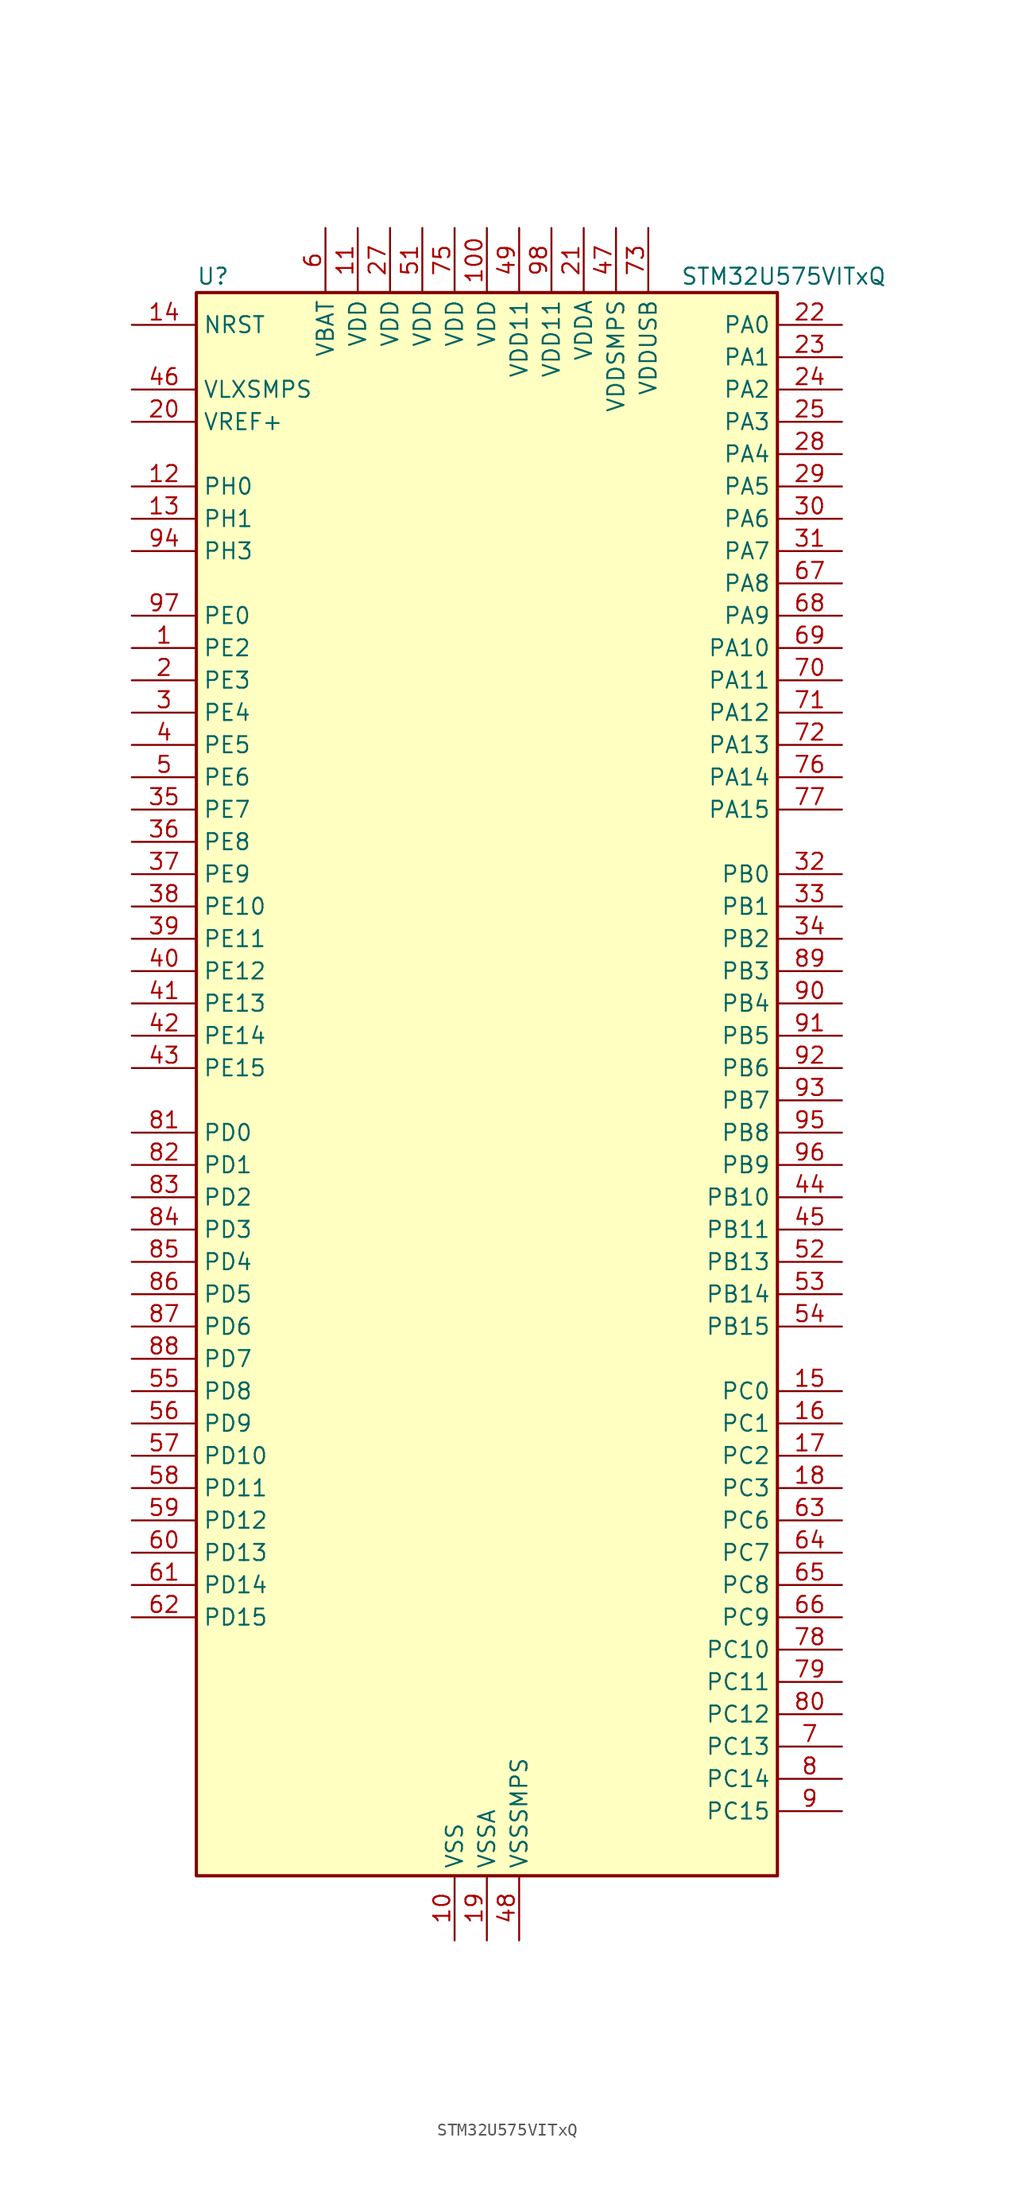
<source format=kicad_sym>
(kicad_symbol_lib
  (version 20211014)
  (generator kicad-library-utils)
  (symbol "STM32U575VITxQ"
    (property "Reference" "U"
      (at -22.86 64.77 0)
      (effects (font (size 1.27 1.27)) (justify left)))
    (property "Value" "STM32U575VITxQ"
      (at 15.24 64.77 0)
      (effects (font (size 1.27 1.27)) (justify left)))
    (property "ki_fp_filters" "LQFP*14x14mm*P0.5mm*"
      (at 0.0 0.0 0.0)
      (effects (font (size 1.27 1.27))))
    (symbol "STM32U575VITxQ_0_1"
      (rectangle (start -22.86 -60.96) (end 22.86 63.5) (stroke (width 0.254)) (fill (type background))))
    (symbol "STM32U575VITxQ_1_1"
      (pin input line (at -27.94 60.96 0) (length 5.08) (name "NRST" (effects (font (size 1.27 1.27)))) (number "14" (effects (font (size 1.27 1.27)))))
      (pin power_in line (at -27.94 55.88 0) (length 5.08) (name "VLXSMPS" (effects (font (size 1.27 1.27)))) (number "46" (effects (font (size 1.27 1.27)))))
      (pin input line (at -27.94 53.34 0) (length 5.08) (name "VREF+" (effects (font (size 1.27 1.27)))) (number "20" (effects (font (size 1.27 1.27)))) (alternate "VREFBUF_OUT" bidirectional line))
      (pin bidirectional line (at -27.94 48.26 0) (length 5.08) (name "PH0" (effects (font (size 1.27 1.27)))) (number "12" (effects (font (size 1.27 1.27)))) (alternate "RCC_OSC_IN" bidirectional line))
      (pin bidirectional line (at -27.94 45.72 0) (length 5.08) (name "PH1" (effects (font (size 1.27 1.27)))) (number "13" (effects (font (size 1.27 1.27)))) (alternate "RCC_OSC_OUT" bidirectional line))
      (pin bidirectional line (at -27.94 43.18 0) (length 5.08) (name "PH3" (effects (font (size 1.27 1.27)))) (number "94" (effects (font (size 1.27 1.27)))))
      (pin bidirectional line (at -27.94 38.1 0) (length 5.08) (name "PE0" (effects (font (size 1.27 1.27)))) (number "97" (effects (font (size 1.27 1.27)))) (alternate "DCMI_D2" bidirectional line) (alternate "FMC_NBL0" bidirectional line) (alternate "PSSI_D2" bidirectional line) (alternate "TIM16_CH1" bidirectional line) (alternate "TIM4_ETR" bidirectional line))
      (pin bidirectional line (at -27.94 35.56 0) (length 5.08) (name "PE2" (effects (font (size 1.27 1.27)))) (number "1" (effects (font (size 1.27 1.27)))) (alternate "DEBUG_TRACECLK" bidirectional line) (alternate "FMC_A23" bidirectional line) (alternate "SAI1_CK1" bidirectional line) (alternate "SAI1_MCLK_A" bidirectional line) (alternate "TIM3_ETR" bidirectional line) (alternate "TSC_G7_IO1" bidirectional line))
      (pin bidirectional line (at -27.94 33.02 0) (length 5.08) (name "PE3" (effects (font (size 1.27 1.27)))) (number "2" (effects (font (size 1.27 1.27)))) (alternate "DEBUG_TRACED0" bidirectional line) (alternate "FMC_A19" bidirectional line) (alternate "OCTOSPIM_P1_DQS" bidirectional line) (alternate "SAI1_SD_B" bidirectional line) (alternate "TAMP_IN6" bidirectional line) (alternate "TAMP_OUT3" bidirectional line) (alternate "TIM3_CH1" bidirectional line) (alternate "TSC_G7_IO2" bidirectional line))
      (pin bidirectional line (at -27.94 30.48 0) (length 5.08) (name "PE4" (effects (font (size 1.27 1.27)))) (number "3" (effects (font (size 1.27 1.27)))) (alternate "DCMI_D4" bidirectional line) (alternate "DEBUG_TRACED1" bidirectional line) (alternate "FMC_A20" bidirectional line) (alternate "MDF1_SDI3" bidirectional line) (alternate "PSSI_D4" bidirectional line) (alternate "PWR_WKUP1" bidirectional line) (alternate "SAI1_D2" bidirectional line) (alternate "SAI1_FS_A" bidirectional line) (alternate "TAMP_IN7" bidirectional line) (alternate "TAMP_OUT8" bidirectional line) (alternate "TIM3_CH2" bidirectional line) (alternate "TSC_G7_IO3" bidirectional line))
      (pin bidirectional line (at -27.94 27.94 0) (length 5.08) (name "PE5" (effects (font (size 1.27 1.27)))) (number "4" (effects (font (size 1.27 1.27)))) (alternate "DCMI_D6" bidirectional line) (alternate "DEBUG_TRACED2" bidirectional line) (alternate "FMC_A21" bidirectional line) (alternate "MDF1_CKI3" bidirectional line) (alternate "PSSI_D6" bidirectional line) (alternate "PWR_WKUP2" bidirectional line) (alternate "SAI1_CK2" bidirectional line) (alternate "SAI1_SCK_A" bidirectional line) (alternate "TAMP_IN8" bidirectional line) (alternate "TAMP_OUT7" bidirectional line) (alternate "TIM3_CH3" bidirectional line) (alternate "TSC_G7_IO4" bidirectional line))
      (pin bidirectional line (at -27.94 25.4 0) (length 5.08) (name "PE6" (effects (font (size 1.27 1.27)))) (number "5" (effects (font (size 1.27 1.27)))) (alternate "DCMI_D7" bidirectional line) (alternate "DEBUG_TRACED3" bidirectional line) (alternate "FMC_A22" bidirectional line) (alternate "PSSI_D7" bidirectional line) (alternate "PWR_WKUP3" bidirectional line) (alternate "SAI1_D1" bidirectional line) (alternate "SAI1_SD_A" bidirectional line) (alternate "TAMP_IN3" bidirectional line) (alternate "TAMP_OUT6" bidirectional line) (alternate "TIM3_CH4" bidirectional line))
      (pin bidirectional line (at -27.94 22.86 0) (length 5.08) (name "PE7" (effects (font (size 1.27 1.27)))) (number "35" (effects (font (size 1.27 1.27)))) (alternate "FMC_D4" bidirectional line) (alternate "FMC_DA4" bidirectional line) (alternate "MDF1_SDI2" bidirectional line) (alternate "PWR_WKUP6" bidirectional line) (alternate "SAI1_SD_B" bidirectional line) (alternate "TIM1_ETR" bidirectional line))
      (pin bidirectional line (at -27.94 20.32 0) (length 5.08) (name "PE8" (effects (font (size 1.27 1.27)))) (number "36" (effects (font (size 1.27 1.27)))) (alternate "FMC_D5" bidirectional line) (alternate "FMC_DA5" bidirectional line) (alternate "MDF1_CKI2" bidirectional line) (alternate "PWR_WKUP7" bidirectional line) (alternate "SAI1_SCK_B" bidirectional line) (alternate "TIM1_CH1N" bidirectional line))
      (pin bidirectional line (at -27.94 17.78 0) (length 5.08) (name "PE9" (effects (font (size 1.27 1.27)))) (number "37" (effects (font (size 1.27 1.27)))) (alternate "ADF1_CCK0" bidirectional line) (alternate "DAC1_EXTI9" bidirectional line) (alternate "FMC_D6" bidirectional line) (alternate "FMC_DA6" bidirectional line) (alternate "MDF1_CCK0" bidirectional line) (alternate "OCTOSPIM_P1_NCLK" bidirectional line) (alternate "SAI1_FS_B" bidirectional line) (alternate "TIM1_CH1" bidirectional line))
      (pin bidirectional line (at -27.94 15.24 0) (length 5.08) (name "PE10" (effects (font (size 1.27 1.27)))) (number "38" (effects (font (size 1.27 1.27)))) (alternate "ADF1_SDI0" bidirectional line) (alternate "FMC_D7" bidirectional line) (alternate "FMC_DA7" bidirectional line) (alternate "MDF1_SDI4" bidirectional line) (alternate "OCTOSPIM_P1_CLK" bidirectional line) (alternate "SAI1_MCLK_B" bidirectional line) (alternate "TIM1_CH2N" bidirectional line) (alternate "TSC_G5_IO1" bidirectional line))
      (pin bidirectional line (at -27.94 12.7 0) (length 5.08) (name "PE11" (effects (font (size 1.27 1.27)))) (number "39" (effects (font (size 1.27 1.27)))) (alternate "ADC1_EXTI11" bidirectional line) (alternate "FMC_D8" bidirectional line) (alternate "FMC_DA8" bidirectional line) (alternate "MDF1_CKI4" bidirectional line) (alternate "OCTOSPIM_P1_NCS" bidirectional line) (alternate "SPI1_RDY" bidirectional line) (alternate "TIM1_CH2" bidirectional line) (alternate "TSC_G5_IO2" bidirectional line))
      (pin bidirectional line (at -27.94 10.16 0) (length 5.08) (name "PE12" (effects (font (size 1.27 1.27)))) (number "40" (effects (font (size 1.27 1.27)))) (alternate "FMC_D9" bidirectional line) (alternate "FMC_DA9" bidirectional line) (alternate "MDF1_SDI5" bidirectional line) (alternate "OCTOSPIM_P1_IO0" bidirectional line) (alternate "SPI1_NSS" bidirectional line) (alternate "TIM1_CH3N" bidirectional line) (alternate "TSC_G5_IO3" bidirectional line))
      (pin bidirectional line (at -27.94 7.62 0) (length 5.08) (name "PE13" (effects (font (size 1.27 1.27)))) (number "41" (effects (font (size 1.27 1.27)))) (alternate "FMC_D10" bidirectional line) (alternate "FMC_DA10" bidirectional line) (alternate "MDF1_CKI5" bidirectional line) (alternate "OCTOSPIM_P1_IO1" bidirectional line) (alternate "SPI1_SCK" bidirectional line) (alternate "TIM1_CH3" bidirectional line) (alternate "TSC_G5_IO4" bidirectional line))
      (pin bidirectional line (at -27.94 5.08 0) (length 5.08) (name "PE14" (effects (font (size 1.27 1.27)))) (number "42" (effects (font (size 1.27 1.27)))) (alternate "FMC_D11" bidirectional line) (alternate "FMC_DA11" bidirectional line) (alternate "OCTOSPIM_P1_IO2" bidirectional line) (alternate "SPI1_MISO" bidirectional line) (alternate "TIM1_BKIN2" bidirectional line) (alternate "TIM1_CH4" bidirectional line))
      (pin bidirectional line (at -27.94 2.54 0) (length 5.08) (name "PE15" (effects (font (size 1.27 1.27)))) (number "43" (effects (font (size 1.27 1.27)))) (alternate "ADC1_EXTI15" bidirectional line) (alternate "ADC4_EXTI15" bidirectional line) (alternate "FMC_D12" bidirectional line) (alternate "FMC_DA12" bidirectional line) (alternate "OCTOSPIM_P1_IO3" bidirectional line) (alternate "SPI1_MOSI" bidirectional line) (alternate "TIM1_BKIN" bidirectional line) (alternate "TIM1_CH4N" bidirectional line))
      (pin bidirectional line (at -27.94 -2.54 0) (length 5.08) (name "PD0" (effects (font (size 1.27 1.27)))) (number "81" (effects (font (size 1.27 1.27)))) (alternate "FDCAN1_RX" bidirectional line) (alternate "FMC_D2" bidirectional line) (alternate "FMC_DA2" bidirectional line) (alternate "SPI2_NSS" bidirectional line) (alternate "TIM8_CH4N" bidirectional line))
      (pin bidirectional line (at -27.94 -5.08 0) (length 5.08) (name "PD1" (effects (font (size 1.27 1.27)))) (number "82" (effects (font (size 1.27 1.27)))) (alternate "FDCAN1_TX" bidirectional line) (alternate "FMC_D3" bidirectional line) (alternate "FMC_DA3" bidirectional line) (alternate "SPI2_SCK" bidirectional line))
      (pin bidirectional line (at -27.94 -7.62 0) (length 5.08) (name "PD2" (effects (font (size 1.27 1.27)))) (number "83" (effects (font (size 1.27 1.27)))) (alternate "DCMI_D11" bidirectional line) (alternate "DEBUG_TRACED2" bidirectional line) (alternate "LPTIM4_ETR" bidirectional line) (alternate "PSSI_D11" bidirectional line) (alternate "SDMMC1_CMD" bidirectional line) (alternate "TIM3_ETR" bidirectional line) (alternate "TSC_SYNC" bidirectional line) (alternate "UART5_RX" bidirectional line) (alternate "USART3_DE" bidirectional line) (alternate "USART3_RTS" bidirectional line))
      (pin bidirectional line (at -27.94 -10.16 0) (length 5.08) (name "PD3" (effects (font (size 1.27 1.27)))) (number "84" (effects (font (size 1.27 1.27)))) (alternate "DCMI_D5" bidirectional line) (alternate "FMC_CLK" bidirectional line) (alternate "MDF1_SDI0" bidirectional line) (alternate "OCTOSPIM_P2_NCS" bidirectional line) (alternate "PSSI_D5" bidirectional line) (alternate "SPI2_MISO" bidirectional line) (alternate "SPI2_SCK" bidirectional line) (alternate "USART2_CTS" bidirectional line))
      (pin bidirectional line (at -27.94 -12.7 0) (length 5.08) (name "PD4" (effects (font (size 1.27 1.27)))) (number "85" (effects (font (size 1.27 1.27)))) (alternate "FMC_NOE" bidirectional line) (alternate "MDF1_CKI0" bidirectional line) (alternate "OCTOSPIM_P1_IO4" bidirectional line) (alternate "SPI2_MOSI" bidirectional line) (alternate "USART2_DE" bidirectional line) (alternate "USART2_RTS" bidirectional line))
      (pin bidirectional line (at -27.94 -15.24 0) (length 5.08) (name "PD5" (effects (font (size 1.27 1.27)))) (number "86" (effects (font (size 1.27 1.27)))) (alternate "FMC_NWE" bidirectional line) (alternate "OCTOSPIM_P1_IO5" bidirectional line) (alternate "SPI2_RDY" bidirectional line) (alternate "USART2_TX" bidirectional line))
      (pin bidirectional line (at -27.94 -17.78 0) (length 5.08) (name "PD6" (effects (font (size 1.27 1.27)))) (number "87" (effects (font (size 1.27 1.27)))) (alternate "DCMI_D10" bidirectional line) (alternate "FMC_NWAIT" bidirectional line) (alternate "MDF1_SDI1" bidirectional line) (alternate "OCTOSPIM_P1_IO6" bidirectional line) (alternate "PSSI_D10" bidirectional line) (alternate "SAI1_D1" bidirectional line) (alternate "SAI1_SD_A" bidirectional line) (alternate "SDMMC2_CK" bidirectional line) (alternate "SPI3_MOSI" bidirectional line) (alternate "USART2_RX" bidirectional line))
      (pin bidirectional line (at -27.94 -20.32 0) (length 5.08) (name "PD7" (effects (font (size 1.27 1.27)))) (number "88" (effects (font (size 1.27 1.27)))) (alternate "FMC_NCE" bidirectional line) (alternate "FMC_NE1" bidirectional line) (alternate "LPTIM4_OUT" bidirectional line) (alternate "MDF1_CKI1" bidirectional line) (alternate "OCTOSPIM_P1_IO7" bidirectional line) (alternate "SDMMC2_CMD" bidirectional line) (alternate "USART2_CK" bidirectional line))
      (pin bidirectional line (at -27.94 -22.86 0) (length 5.08) (name "PD8" (effects (font (size 1.27 1.27)))) (number "55" (effects (font (size 1.27 1.27)))) (alternate "DCMI_HSYNC" bidirectional line) (alternate "FMC_D13" bidirectional line) (alternate "FMC_DA13" bidirectional line) (alternate "PSSI_DE" bidirectional line) (alternate "USART3_TX" bidirectional line))
      (pin bidirectional line (at -27.94 -25.4 0) (length 5.08) (name "PD9" (effects (font (size 1.27 1.27)))) (number "56" (effects (font (size 1.27 1.27)))) (alternate "DAC1_EXTI9" bidirectional line) (alternate "DCMI_PIXCLK" bidirectional line) (alternate "FMC_D14" bidirectional line) (alternate "FMC_DA14" bidirectional line) (alternate "LPTIM2_IN2" bidirectional line) (alternate "LPTIM3_IN1" bidirectional line) (alternate "PSSI_PDCK" bidirectional line) (alternate "SAI2_MCLK_A" bidirectional line) (alternate "USART3_RX" bidirectional line))
      (pin bidirectional line (at -27.94 -27.94 0) (length 5.08) (name "PD10" (effects (font (size 1.27 1.27)))) (number "57" (effects (font (size 1.27 1.27)))) (alternate "FMC_D15" bidirectional line) (alternate "FMC_DA15" bidirectional line) (alternate "LPTIM2_CH2" bidirectional line) (alternate "LPTIM3_ETR" bidirectional line) (alternate "SAI2_SCK_A" bidirectional line) (alternate "TSC_G6_IO1" bidirectional line) (alternate "USART3_CK" bidirectional line))
      (pin bidirectional line (at -27.94 -30.48 0) (length 5.08) (name "PD11" (effects (font (size 1.27 1.27)))) (number "58" (effects (font (size 1.27 1.27)))) (alternate "ADC1_EXTI11" bidirectional line) (alternate "ADC4_IN15" bidirectional line) (alternate "FMC_A16" bidirectional line) (alternate "FMC_CLE" bidirectional line) (alternate "I2C4_SMBA" bidirectional line) (alternate "LPTIM2_ETR" bidirectional line) (alternate "SAI2_SD_A" bidirectional line) (alternate "TSC_G6_IO2" bidirectional line) (alternate "USART3_CTS" bidirectional line))
      (pin bidirectional line (at -27.94 -33.02 0) (length 5.08) (name "PD12" (effects (font (size 1.27 1.27)))) (number "59" (effects (font (size 1.27 1.27)))) (alternate "ADC4_IN16" bidirectional line) (alternate "FMC_A17" bidirectional line) (alternate "FMC_ALE" bidirectional line) (alternate "I2C4_SCL" bidirectional line) (alternate "LPTIM2_IN1" bidirectional line) (alternate "SAI2_FS_A" bidirectional line) (alternate "TIM4_CH1" bidirectional line) (alternate "TSC_G6_IO3" bidirectional line) (alternate "USART3_DE" bidirectional line) (alternate "USART3_RTS" bidirectional line))
      (pin bidirectional line (at -27.94 -35.56 0) (length 5.08) (name "PD13" (effects (font (size 1.27 1.27)))) (number "60" (effects (font (size 1.27 1.27)))) (alternate "ADC4_IN17" bidirectional line) (alternate "FMC_A18" bidirectional line) (alternate "I2C4_SDA" bidirectional line) (alternate "LPTIM2_CH1" bidirectional line) (alternate "LPTIM4_IN1" bidirectional line) (alternate "TIM4_CH2" bidirectional line) (alternate "TSC_G6_IO4" bidirectional line))
      (pin bidirectional line (at -27.94 -38.1 0) (length 5.08) (name "PD14" (effects (font (size 1.27 1.27)))) (number "61" (effects (font (size 1.27 1.27)))) (alternate "FMC_D0" bidirectional line) (alternate "FMC_DA0" bidirectional line) (alternate "LPTIM3_CH1" bidirectional line) (alternate "TIM4_CH3" bidirectional line))
      (pin bidirectional line (at -27.94 -40.64 0) (length 5.08) (name "PD15" (effects (font (size 1.27 1.27)))) (number "62" (effects (font (size 1.27 1.27)))) (alternate "ADC1_EXTI15" bidirectional line) (alternate "ADC4_EXTI15" bidirectional line) (alternate "FMC_D1" bidirectional line) (alternate "FMC_DA1" bidirectional line) (alternate "LPTIM3_CH2" bidirectional line) (alternate "TIM4_CH4" bidirectional line))
      (pin bidirectional line (at 27.94 60.96 180) (length 5.08) (name "PA0" (effects (font (size 1.27 1.27)))) (number "22" (effects (font (size 1.27 1.27)))) (alternate "ADC1_IN5" bidirectional line) (alternate "AUDIOCLK" bidirectional line) (alternate "OCTOSPIM_P2_NCS" bidirectional line) (alternate "OPAMP1_VINP" bidirectional line) (alternate "PWR_WKUP1" bidirectional line) (alternate "SDMMC2_CMD" bidirectional line) (alternate "SPI3_RDY" bidirectional line) (alternate "TAMP_IN2" bidirectional line) (alternate "TAMP_OUT1" bidirectional line) (alternate "TIM2_CH1" bidirectional line) (alternate "TIM2_ETR" bidirectional line) (alternate "TIM5_CH1" bidirectional line) (alternate "TIM8_ETR" bidirectional line) (alternate "UART4_TX" bidirectional line) (alternate "USART2_CTS" bidirectional line))
      (pin bidirectional line (at 27.94 58.42 180) (length 5.08) (name "PA1" (effects (font (size 1.27 1.27)))) (number "23" (effects (font (size 1.27 1.27)))) (alternate "ADC1_IN6" bidirectional line) (alternate "I2C1_SMBA" bidirectional line) (alternate "LPTIM1_CH2" bidirectional line) (alternate "OCTOSPIM_P1_DQS" bidirectional line) (alternate "OPAMP1_VINM" bidirectional line) (alternate "PWR_WKUP3" bidirectional line) (alternate "SPI1_SCK" bidirectional line) (alternate "TAMP_IN5" bidirectional line) (alternate "TAMP_OUT4" bidirectional line) (alternate "TIM15_CH1N" bidirectional line) (alternate "TIM2_CH2" bidirectional line) (alternate "TIM5_CH2" bidirectional line) (alternate "UART4_RX" bidirectional line) (alternate "USART2_DE" bidirectional line) (alternate "USART2_RTS" bidirectional line))
      (pin bidirectional line (at 27.94 55.88 180) (length 5.08) (name "PA2" (effects (font (size 1.27 1.27)))) (number "24" (effects (font (size 1.27 1.27)))) (alternate "ADC1_IN7" bidirectional line) (alternate "COMP1_INP" bidirectional line) (alternate "LPUART1_TX" bidirectional line) (alternate "OCTOSPIM_P1_NCS" bidirectional line) (alternate "PWR_WKUP4" bidirectional line) (alternate "RCC_LSCO" bidirectional line) (alternate "SPI1_RDY" bidirectional line) (alternate "TIM15_CH1" bidirectional line) (alternate "TIM2_CH3" bidirectional line) (alternate "TIM5_CH3" bidirectional line) (alternate "UCPD1_FRSTX1" bidirectional line) (alternate "USART2_TX" bidirectional line))
      (pin bidirectional line (at 27.94 53.34 180) (length 5.08) (name "PA3" (effects (font (size 1.27 1.27)))) (number "25" (effects (font (size 1.27 1.27)))) (alternate "ADC1_IN8" bidirectional line) (alternate "LPUART1_RX" bidirectional line) (alternate "OCTOSPIM_P1_CLK" bidirectional line) (alternate "OPAMP1_VOUT" bidirectional line) (alternate "PWR_WKUP5" bidirectional line) (alternate "SAI1_CK1" bidirectional line) (alternate "SAI1_MCLK_A" bidirectional line) (alternate "TIM15_CH2" bidirectional line) (alternate "TIM2_CH4" bidirectional line) (alternate "TIM5_CH4" bidirectional line) (alternate "USART2_RX" bidirectional line))
      (pin bidirectional line (at 27.94 50.8 180) (length 5.08) (name "PA4" (effects (font (size 1.27 1.27)))) (number "28" (effects (font (size 1.27 1.27)))) (alternate "ADC1_IN9" bidirectional line) (alternate "ADC4_IN9" bidirectional line) (alternate "DAC1_OUT1" bidirectional line) (alternate "DCMI_HSYNC" bidirectional line) (alternate "LPTIM2_CH1" bidirectional line) (alternate "OCTOSPIM_P1_NCS" bidirectional line) (alternate "PSSI_DE" bidirectional line) (alternate "PWR_WKUP2" bidirectional line) (alternate "SAI1_FS_B" bidirectional line) (alternate "SPI1_NSS" bidirectional line) (alternate "SPI3_NSS" bidirectional line) (alternate "USART2_CK" bidirectional line))
      (pin bidirectional line (at 27.94 48.26 180) (length 5.08) (name "PA5" (effects (font (size 1.27 1.27)))) (number "29" (effects (font (size 1.27 1.27)))) (alternate "ADC1_IN10" bidirectional line) (alternate "ADC4_IN10" bidirectional line) (alternate "DAC1_OUT2" bidirectional line) (alternate "LPTIM2_ETR" bidirectional line) (alternate "PSSI_D14" bidirectional line) (alternate "PWR_CSLEEP" bidirectional line) (alternate "PWR_WKUP6" bidirectional line) (alternate "SPI1_SCK" bidirectional line) (alternate "TIM2_CH1" bidirectional line) (alternate "TIM2_ETR" bidirectional line) (alternate "TIM8_CH1N" bidirectional line) (alternate "USART3_RX" bidirectional line))
      (pin bidirectional line (at 27.94 45.72 180) (length 5.08) (name "PA6" (effects (font (size 1.27 1.27)))) (number "30" (effects (font (size 1.27 1.27)))) (alternate "ADC1_IN11" bidirectional line) (alternate "ADC4_IN11" bidirectional line) (alternate "DCMI_PIXCLK" bidirectional line) (alternate "LPUART1_CTS" bidirectional line) (alternate "OCTOSPIM_P1_IO3" bidirectional line) (alternate "OPAMP2_VINP" bidirectional line) (alternate "PSSI_PDCK" bidirectional line) (alternate "PWR_CDSTOP" bidirectional line) (alternate "PWR_WKUP7" bidirectional line) (alternate "SPI1_MISO" bidirectional line) (alternate "TIM16_CH1" bidirectional line) (alternate "TIM1_BKIN" bidirectional line) (alternate "TIM3_CH1" bidirectional line) (alternate "TIM8_BKIN" bidirectional line) (alternate "USART3_CTS" bidirectional line))
      (pin bidirectional line (at 27.94 43.18 180) (length 5.08) (name "PA7" (effects (font (size 1.27 1.27)))) (number "31" (effects (font (size 1.27 1.27)))) (alternate "ADC1_IN12" bidirectional line) (alternate "ADC4_IN20" bidirectional line) (alternate "I2C3_SCL" bidirectional line) (alternate "LPTIM2_CH2" bidirectional line) (alternate "OCTOSPIM_P1_IO2" bidirectional line) (alternate "OPAMP2_VINM" bidirectional line) (alternate "PWR_SRDSTOP" bidirectional line) (alternate "PWR_WKUP8" bidirectional line) (alternate "SPI1_MOSI" bidirectional line) (alternate "TIM17_CH1" bidirectional line) (alternate "TIM1_CH1N" bidirectional line) (alternate "TIM3_CH2" bidirectional line) (alternate "TIM8_CH1N" bidirectional line) (alternate "USART3_TX" bidirectional line))
      (pin bidirectional line (at 27.94 40.64 180) (length 5.08) (name "PA8" (effects (font (size 1.27 1.27)))) (number "67" (effects (font (size 1.27 1.27)))) (alternate "DEBUG_TRACECLK" bidirectional line) (alternate "LPTIM2_CH1" bidirectional line) (alternate "RCC_MCO" bidirectional line) (alternate "SAI1_CK2" bidirectional line) (alternate "SAI1_SCK_A" bidirectional line) (alternate "SPI1_RDY" bidirectional line) (alternate "TIM1_CH1" bidirectional line) (alternate "USART1_CK" bidirectional line) (alternate "USB_OTG_FS_SOF" bidirectional line))
      (pin bidirectional line (at 27.94 38.1 180) (length 5.08) (name "PA9" (effects (font (size 1.27 1.27)))) (number "68" (effects (font (size 1.27 1.27)))) (alternate "DAC1_EXTI9" bidirectional line) (alternate "DCMI_D0" bidirectional line) (alternate "PSSI_D0" bidirectional line) (alternate "SAI1_FS_A" bidirectional line) (alternate "SPI2_SCK" bidirectional line) (alternate "TIM15_BKIN" bidirectional line) (alternate "TIM1_CH2" bidirectional line) (alternate "USART1_TX" bidirectional line) (alternate "USB_OTG_FS_VBUS" bidirectional line))
      (pin bidirectional line (at 27.94 35.56 180) (length 5.08) (name "PA10" (effects (font (size 1.27 1.27)))) (number "69" (effects (font (size 1.27 1.27)))) (alternate "CRS_SYNC" bidirectional line) (alternate "DCMI_D1" bidirectional line) (alternate "LPTIM2_IN2" bidirectional line) (alternate "PSSI_D1" bidirectional line) (alternate "SAI1_D1" bidirectional line) (alternate "SAI1_SD_A" bidirectional line) (alternate "TIM17_BKIN" bidirectional line) (alternate "TIM1_CH3" bidirectional line) (alternate "USART1_RX" bidirectional line) (alternate "USB_OTG_FS_ID" bidirectional line))
      (pin bidirectional line (at 27.94 33.02 180) (length 5.08) (name "PA11" (effects (font (size 1.27 1.27)))) (number "70" (effects (font (size 1.27 1.27)))) (alternate "ADC1_EXTI11" bidirectional line) (alternate "FDCAN1_RX" bidirectional line) (alternate "SPI1_MISO" bidirectional line) (alternate "TIM1_BKIN2" bidirectional line) (alternate "TIM1_CH4" bidirectional line) (alternate "USART1_CTS" bidirectional line) (alternate "USB_OTG_FS_DM" bidirectional line))
      (pin bidirectional line (at 27.94 30.48 180) (length 5.08) (name "PA12" (effects (font (size 1.27 1.27)))) (number "71" (effects (font (size 1.27 1.27)))) (alternate "FDCAN1_TX" bidirectional line) (alternate "OCTOSPIM_P2_NCS" bidirectional line) (alternate "SPI1_MOSI" bidirectional line) (alternate "TIM1_ETR" bidirectional line) (alternate "USART1_DE" bidirectional line) (alternate "USART1_RTS" bidirectional line) (alternate "USB_OTG_FS_DP" bidirectional line))
      (pin bidirectional line (at 27.94 27.94 180) (length 5.08) (name "PA13" (effects (font (size 1.27 1.27)))) (number "72" (effects (font (size 1.27 1.27)))) (alternate "DEBUG_JTMS-SWDIO" bidirectional line) (alternate "IR_OUT" bidirectional line) (alternate "SAI1_SD_B" bidirectional line) (alternate "USB_OTG_FS_NOE" bidirectional line))
      (pin bidirectional line (at 27.94 25.4 180) (length 5.08) (name "PA14" (effects (font (size 1.27 1.27)))) (number "76" (effects (font (size 1.27 1.27)))) (alternate "DEBUG_JTCK-SWCLK" bidirectional line) (alternate "I2C1_SMBA" bidirectional line) (alternate "I2C4_SMBA" bidirectional line) (alternate "LPTIM1_CH1" bidirectional line) (alternate "SAI1_FS_B" bidirectional line) (alternate "USB_OTG_FS_SOF" bidirectional line))
      (pin bidirectional line (at 27.94 22.86 180) (length 5.08) (name "PA15" (effects (font (size 1.27 1.27)))) (number "77" (effects (font (size 1.27 1.27)))) (alternate "ADC1_EXTI15" bidirectional line) (alternate "ADC4_EXTI15" bidirectional line) (alternate "DEBUG_JTDI" bidirectional line) (alternate "SAI2_FS_B" bidirectional line) (alternate "SPI1_NSS" bidirectional line) (alternate "SPI3_NSS" bidirectional line) (alternate "TIM2_CH1" bidirectional line) (alternate "TIM2_ETR" bidirectional line) (alternate "UART4_DE" bidirectional line) (alternate "UART4_RTS" bidirectional line) (alternate "UCPD1_CC1" bidirectional line) (alternate "USART2_RX" bidirectional line) (alternate "USART3_DE" bidirectional line) (alternate "USART3_RTS" bidirectional line))
      (pin bidirectional line (at 27.94 17.78 180) (length 5.08) (name "PB0" (effects (font (size 1.27 1.27)))) (number "32" (effects (font (size 1.27 1.27)))) (alternate "ADC1_IN15" bidirectional line) (alternate "ADC4_IN18" bidirectional line) (alternate "AUDIOCLK" bidirectional line) (alternate "COMP1_OUT" bidirectional line) (alternate "LPTIM3_CH1" bidirectional line) (alternate "OCTOSPIM_P1_IO1" bidirectional line) (alternate "OPAMP2_VOUT" bidirectional line) (alternate "SPI1_NSS" bidirectional line) (alternate "TIM1_CH2N" bidirectional line) (alternate "TIM3_CH3" bidirectional line) (alternate "TIM8_CH2N" bidirectional line) (alternate "USART3_CK" bidirectional line))
      (pin bidirectional line (at 27.94 15.24 180) (length 5.08) (name "PB1" (effects (font (size 1.27 1.27)))) (number "33" (effects (font (size 1.27 1.27)))) (alternate "ADC1_IN16" bidirectional line) (alternate "ADC4_IN19" bidirectional line) (alternate "COMP1_INM" bidirectional line) (alternate "LPTIM2_IN1" bidirectional line) (alternate "LPTIM3_CH2" bidirectional line) (alternate "LPUART1_DE" bidirectional line) (alternate "LPUART1_RTS" bidirectional line) (alternate "MDF1_SDI0" bidirectional line) (alternate "OCTOSPIM_P1_IO0" bidirectional line) (alternate "PWR_WKUP4" bidirectional line) (alternate "TIM1_CH3N" bidirectional line) (alternate "TIM3_CH4" bidirectional line) (alternate "TIM8_CH3N" bidirectional line) (alternate "USART3_DE" bidirectional line) (alternate "USART3_RTS" bidirectional line))
      (pin bidirectional line (at 27.94 12.7 180) (length 5.08) (name "PB2" (effects (font (size 1.27 1.27)))) (number "34" (effects (font (size 1.27 1.27)))) (alternate "ADC1_IN17" bidirectional line) (alternate "COMP1_INP" bidirectional line) (alternate "I2C3_SMBA" bidirectional line) (alternate "LPTIM1_CH1" bidirectional line) (alternate "MDF1_CKI0" bidirectional line) (alternate "OCTOSPIM_P1_DQS" bidirectional line) (alternate "PWR_WKUP1" bidirectional line) (alternate "RTC_OUT2" bidirectional line) (alternate "SPI1_RDY" bidirectional line) (alternate "TIM8_CH4N" bidirectional line) (alternate "UCPD1_FRSTX1" bidirectional line))
      (pin bidirectional line (at 27.94 10.16 180) (length 5.08) (name "PB3" (effects (font (size 1.27 1.27)))) (number "89" (effects (font (size 1.27 1.27)))) (alternate "ADF1_CCK0" bidirectional line) (alternate "COMP2_INM" bidirectional line) (alternate "CRS_SYNC" bidirectional line) (alternate "DEBUG_JTDO-SWO" bidirectional line) (alternate "I2C1_SDA" bidirectional line) (alternate "LPTIM1_CH1" bidirectional line) (alternate "SAI1_SCK_B" bidirectional line) (alternate "SDMMC2_D2" bidirectional line) (alternate "SPI1_SCK" bidirectional line) (alternate "SPI3_SCK" bidirectional line) (alternate "TIM2_CH2" bidirectional line) (alternate "USART1_DE" bidirectional line) (alternate "USART1_RTS" bidirectional line))
      (pin bidirectional line (at 27.94 7.62 180) (length 5.08) (name "PB4" (effects (font (size 1.27 1.27)))) (number "90" (effects (font (size 1.27 1.27)))) (alternate "ADF1_SDI0" bidirectional line) (alternate "COMP2_INP" bidirectional line) (alternate "DCMI_D12" bidirectional line) (alternate "DEBUG_JTRST" bidirectional line) (alternate "I2C3_SDA" bidirectional line) (alternate "LPTIM1_CH2" bidirectional line) (alternate "PSSI_D12" bidirectional line) (alternate "SAI1_MCLK_B" bidirectional line) (alternate "SDMMC2_D3" bidirectional line) (alternate "SPI1_MISO" bidirectional line) (alternate "SPI3_MISO" bidirectional line) (alternate "TIM17_BKIN" bidirectional line) (alternate "TIM3_CH1" bidirectional line) (alternate "TSC_G2_IO1" bidirectional line) (alternate "UART5_DE" bidirectional line) (alternate "UART5_RTS" bidirectional line) (alternate "USART1_CTS" bidirectional line))
      (pin bidirectional line (at 27.94 5.08 180) (length 5.08) (name "PB5" (effects (font (size 1.27 1.27)))) (number "91" (effects (font (size 1.27 1.27)))) (alternate "COMP2_OUT" bidirectional line) (alternate "DCMI_D10" bidirectional line) (alternate "I2C1_SMBA" bidirectional line) (alternate "LPTIM1_IN1" bidirectional line) (alternate "OCTOSPIM_P1_NCLK" bidirectional line) (alternate "PSSI_D10" bidirectional line) (alternate "PWR_WKUP6" bidirectional line) (alternate "SAI1_SD_B" bidirectional line) (alternate "SPI1_MOSI" bidirectional line) (alternate "SPI3_MOSI" bidirectional line) (alternate "TIM16_BKIN" bidirectional line) (alternate "TIM3_CH2" bidirectional line) (alternate "TSC_G2_IO2" bidirectional line) (alternate "UART5_CTS" bidirectional line) (alternate "UCPD1_DBCC1" bidirectional line) (alternate "USART1_CK" bidirectional line))
      (pin bidirectional line (at 27.94 2.54 180) (length 5.08) (name "PB6" (effects (font (size 1.27 1.27)))) (number "92" (effects (font (size 1.27 1.27)))) (alternate "COMP2_INP" bidirectional line) (alternate "DCMI_D5" bidirectional line) (alternate "I2C1_SCL" bidirectional line) (alternate "I2C4_SCL" bidirectional line) (alternate "LPTIM1_ETR" bidirectional line) (alternate "MDF1_SDI5" bidirectional line) (alternate "PSSI_D5" bidirectional line) (alternate "PWR_WKUP3" bidirectional line) (alternate "SAI1_FS_B" bidirectional line) (alternate "TIM16_CH1N" bidirectional line) (alternate "TIM4_CH1" bidirectional line) (alternate "TIM8_BKIN2" bidirectional line) (alternate "TSC_G2_IO3" bidirectional line) (alternate "USART1_TX" bidirectional line))
      (pin bidirectional line (at 27.94 0.0 180) (length 5.08) (name "PB7" (effects (font (size 1.27 1.27)))) (number "93" (effects (font (size 1.27 1.27)))) (alternate "COMP2_INM" bidirectional line) (alternate "DCMI_VSYNC" bidirectional line) (alternate "FMC_NL" bidirectional line) (alternate "I2C1_SDA" bidirectional line) (alternate "I2C4_SDA" bidirectional line) (alternate "LPTIM1_IN2" bidirectional line) (alternate "MDF1_CKI5" bidirectional line) (alternate "PSSI_RDY" bidirectional line) (alternate "PWR_PVD_IN" bidirectional line) (alternate "PWR_WKUP4" bidirectional line) (alternate "TIM17_CH1N" bidirectional line) (alternate "TIM4_CH2" bidirectional line) (alternate "TIM8_BKIN" bidirectional line) (alternate "TSC_G2_IO4" bidirectional line) (alternate "UART4_CTS" bidirectional line) (alternate "USART1_RX" bidirectional line))
      (pin bidirectional line (at 27.94 -2.54 180) (length 5.08) (name "PB8" (effects (font (size 1.27 1.27)))) (number "95" (effects (font (size 1.27 1.27)))) (alternate "DCMI_D6" bidirectional line) (alternate "FDCAN1_RX" bidirectional line) (alternate "I2C1_SCL" bidirectional line) (alternate "MDF1_CCK0" bidirectional line) (alternate "PSSI_D6" bidirectional line) (alternate "PWR_WKUP5" bidirectional line) (alternate "SAI1_CK1" bidirectional line) (alternate "SAI1_MCLK_A" bidirectional line) (alternate "SDMMC1_CKIN" bidirectional line) (alternate "SDMMC1_D4" bidirectional line) (alternate "SDMMC2_D4" bidirectional line) (alternate "SPI3_RDY" bidirectional line) (alternate "TIM16_CH1" bidirectional line) (alternate "TIM4_CH3" bidirectional line))
      (pin bidirectional line (at 27.94 -5.08 180) (length 5.08) (name "PB9" (effects (font (size 1.27 1.27)))) (number "96" (effects (font (size 1.27 1.27)))) (alternate "DAC1_EXTI9" bidirectional line) (alternate "DCMI_D7" bidirectional line) (alternate "FDCAN1_TX" bidirectional line) (alternate "I2C1_SDA" bidirectional line) (alternate "IR_OUT" bidirectional line) (alternate "PSSI_D7" bidirectional line) (alternate "SAI1_D2" bidirectional line) (alternate "SAI1_FS_A" bidirectional line) (alternate "SDMMC1_CDIR" bidirectional line) (alternate "SDMMC1_D5" bidirectional line) (alternate "SDMMC2_D5" bidirectional line) (alternate "SPI2_NSS" bidirectional line) (alternate "TIM17_CH1" bidirectional line) (alternate "TIM4_CH4" bidirectional line))
      (pin bidirectional line (at 27.94 -7.62 180) (length 5.08) (name "PB10" (effects (font (size 1.27 1.27)))) (number "44" (effects (font (size 1.27 1.27)))) (alternate "COMP1_OUT" bidirectional line) (alternate "I2C2_SCL" bidirectional line) (alternate "I2C4_SCL" bidirectional line) (alternate "LPTIM3_CH1" bidirectional line) (alternate "LPUART1_RX" bidirectional line) (alternate "OCTOSPIM_P1_CLK" bidirectional line) (alternate "PWR_WKUP8" bidirectional line) (alternate "SAI1_SCK_A" bidirectional line) (alternate "SPI2_SCK" bidirectional line) (alternate "TIM2_CH3" bidirectional line) (alternate "TSC_SYNC" bidirectional line) (alternate "USART3_TX" bidirectional line))
      (pin bidirectional line (at 27.94 -10.16 180) (length 5.08) (name "PB11" (effects (font (size 1.27 1.27)))) (number "45" (effects (font (size 1.27 1.27)))) (alternate "ADC1_EXTI11" bidirectional line) (alternate "COMP2_OUT" bidirectional line) (alternate "I2C2_SDA" bidirectional line) (alternate "I2C4_SDA" bidirectional line) (alternate "LPUART1_TX" bidirectional line) (alternate "OCTOSPIM_P1_NCS" bidirectional line) (alternate "SPI2_RDY" bidirectional line) (alternate "TIM2_CH4" bidirectional line) (alternate "USART3_RX" bidirectional line))
      (pin bidirectional line (at 27.94 -12.7 180) (length 5.08) (name "PB13" (effects (font (size 1.27 1.27)))) (number "52" (effects (font (size 1.27 1.27)))) (alternate "I2C2_SCL" bidirectional line) (alternate "LPTIM3_IN1" bidirectional line) (alternate "LPUART1_CTS" bidirectional line) (alternate "MDF1_CKI1" bidirectional line) (alternate "SAI2_SCK_A" bidirectional line) (alternate "SPI2_SCK" bidirectional line) (alternate "TIM15_CH1N" bidirectional line) (alternate "TIM1_CH1N" bidirectional line) (alternate "TSC_G1_IO2" bidirectional line) (alternate "USART3_CTS" bidirectional line))
      (pin bidirectional line (at 27.94 -15.24 180) (length 5.08) (name "PB14" (effects (font (size 1.27 1.27)))) (number "53" (effects (font (size 1.27 1.27)))) (alternate "I2C2_SDA" bidirectional line) (alternate "LPTIM3_ETR" bidirectional line) (alternate "MDF1_SDI2" bidirectional line) (alternate "SAI2_MCLK_A" bidirectional line) (alternate "SDMMC2_D0" bidirectional line) (alternate "SPI2_MISO" bidirectional line) (alternate "TIM15_CH1" bidirectional line) (alternate "TIM1_CH2N" bidirectional line) (alternate "TIM8_CH2N" bidirectional line) (alternate "TSC_G1_IO3" bidirectional line) (alternate "UCPD1_DBCC2" bidirectional line) (alternate "USART3_DE" bidirectional line) (alternate "USART3_RTS" bidirectional line))
      (pin bidirectional line (at 27.94 -17.78 180) (length 5.08) (name "PB15" (effects (font (size 1.27 1.27)))) (number "54" (effects (font (size 1.27 1.27)))) (alternate "ADC1_EXTI15" bidirectional line) (alternate "ADC4_EXTI15" bidirectional line) (alternate "FMC_NBL1" bidirectional line) (alternate "LPTIM2_IN2" bidirectional line) (alternate "MDF1_CKI2" bidirectional line) (alternate "PWR_WKUP7" bidirectional line) (alternate "RTC_REFIN" bidirectional line) (alternate "SAI2_SD_A" bidirectional line) (alternate "SDMMC2_D1" bidirectional line) (alternate "SPI2_MOSI" bidirectional line) (alternate "TIM15_CH2" bidirectional line) (alternate "TIM1_CH3N" bidirectional line) (alternate "TIM8_CH3N" bidirectional line) (alternate "UCPD1_CC2" bidirectional line))
      (pin bidirectional line (at 27.94 -22.86 180) (length 5.08) (name "PC0" (effects (font (size 1.27 1.27)))) (number "15" (effects (font (size 1.27 1.27)))) (alternate "ADC1_IN1" bidirectional line) (alternate "ADC4_IN1" bidirectional line) (alternate "I2C3_SCL" bidirectional line) (alternate "LPTIM1_IN1" bidirectional line) (alternate "LPTIM2_IN1" bidirectional line) (alternate "LPUART1_RX" bidirectional line) (alternate "MDF1_SDI4" bidirectional line) (alternate "OCTOSPIM_P1_IO7" bidirectional line) (alternate "SAI2_FS_A" bidirectional line) (alternate "SDMMC1_D5" bidirectional line) (alternate "SPI2_RDY" bidirectional line))
      (pin bidirectional line (at 27.94 -25.4 180) (length 5.08) (name "PC1" (effects (font (size 1.27 1.27)))) (number "16" (effects (font (size 1.27 1.27)))) (alternate "ADC1_IN2" bidirectional line) (alternate "ADC4_IN2" bidirectional line) (alternate "DEBUG_TRACED0" bidirectional line) (alternate "I2C3_SDA" bidirectional line) (alternate "LPTIM1_CH1" bidirectional line) (alternate "LPUART1_TX" bidirectional line) (alternate "MDF1_CKI4" bidirectional line) (alternate "OCTOSPIM_P1_IO4" bidirectional line) (alternate "SAI1_SD_A" bidirectional line) (alternate "SDMMC2_CK" bidirectional line) (alternate "SPI2_MOSI" bidirectional line))
      (pin bidirectional line (at 27.94 -27.94 180) (length 5.08) (name "PC2" (effects (font (size 1.27 1.27)))) (number "17" (effects (font (size 1.27 1.27)))) (alternate "ADC1_IN3" bidirectional line) (alternate "ADC4_IN3" bidirectional line) (alternate "LPTIM1_IN2" bidirectional line) (alternate "MDF1_CCK1" bidirectional line) (alternate "OCTOSPIM_P1_IO5" bidirectional line) (alternate "SPI2_MISO" bidirectional line))
      (pin bidirectional line (at 27.94 -30.48 180) (length 5.08) (name "PC3" (effects (font (size 1.27 1.27)))) (number "18" (effects (font (size 1.27 1.27)))) (alternate "ADC1_IN4" bidirectional line) (alternate "ADC4_IN4" bidirectional line) (alternate "LPTIM1_ETR" bidirectional line) (alternate "LPTIM2_ETR" bidirectional line) (alternate "LPTIM3_CH1" bidirectional line) (alternate "OCTOSPIM_P1_IO6" bidirectional line) (alternate "SAI1_D1" bidirectional line) (alternate "SAI1_SD_A" bidirectional line) (alternate "SPI2_MOSI" bidirectional line))
      (pin bidirectional line (at 27.94 -33.02 180) (length 5.08) (name "PC6" (effects (font (size 1.27 1.27)))) (number "63" (effects (font (size 1.27 1.27)))) (alternate "DCMI_D0" bidirectional line) (alternate "MDF1_CKI3" bidirectional line) (alternate "PSSI_D0" bidirectional line) (alternate "PWR_CSLEEP" bidirectional line) (alternate "SAI2_MCLK_A" bidirectional line) (alternate "SDMMC1_D0DIR" bidirectional line) (alternate "SDMMC1_D6" bidirectional line) (alternate "SDMMC2_D6" bidirectional line) (alternate "TIM3_CH1" bidirectional line) (alternate "TIM8_CH1" bidirectional line) (alternate "TSC_G4_IO1" bidirectional line))
      (pin bidirectional line (at 27.94 -35.56 180) (length 5.08) (name "PC7" (effects (font (size 1.27 1.27)))) (number "64" (effects (font (size 1.27 1.27)))) (alternate "DCMI_D1" bidirectional line) (alternate "LPTIM2_CH2" bidirectional line) (alternate "MDF1_SDI3" bidirectional line) (alternate "PSSI_D1" bidirectional line) (alternate "PWR_CDSTOP" bidirectional line) (alternate "SAI2_MCLK_B" bidirectional line) (alternate "SDMMC1_D123DIR" bidirectional line) (alternate "SDMMC1_D7" bidirectional line) (alternate "SDMMC2_D7" bidirectional line) (alternate "TIM3_CH2" bidirectional line) (alternate "TIM8_CH2" bidirectional line) (alternate "TSC_G4_IO2" bidirectional line))
      (pin bidirectional line (at 27.94 -38.1 180) (length 5.08) (name "PC8" (effects (font (size 1.27 1.27)))) (number "65" (effects (font (size 1.27 1.27)))) (alternate "DCMI_D2" bidirectional line) (alternate "LPTIM3_CH1" bidirectional line) (alternate "PSSI_D2" bidirectional line) (alternate "PWR_SRDSTOP" bidirectional line) (alternate "SDMMC1_D0" bidirectional line) (alternate "TIM3_CH3" bidirectional line) (alternate "TIM8_CH3" bidirectional line) (alternate "TSC_G4_IO3" bidirectional line))
      (pin bidirectional line (at 27.94 -40.64 180) (length 5.08) (name "PC9" (effects (font (size 1.27 1.27)))) (number "66" (effects (font (size 1.27 1.27)))) (alternate "DAC1_EXTI9" bidirectional line) (alternate "DCMI_D3" bidirectional line) (alternate "DEBUG_TRACED0" bidirectional line) (alternate "LPTIM3_CH2" bidirectional line) (alternate "PSSI_D3" bidirectional line) (alternate "SDMMC1_D1" bidirectional line) (alternate "TIM3_CH4" bidirectional line) (alternate "TIM8_BKIN2" bidirectional line) (alternate "TIM8_CH4" bidirectional line) (alternate "TSC_G4_IO4" bidirectional line) (alternate "USB_OTG_FS_NOE" bidirectional line))
      (pin bidirectional line (at 27.94 -43.18 180) (length 5.08) (name "PC10" (effects (font (size 1.27 1.27)))) (number "78" (effects (font (size 1.27 1.27)))) (alternate "ADF1_CCK1" bidirectional line) (alternate "DCMI_D8" bidirectional line) (alternate "DEBUG_TRACED1" bidirectional line) (alternate "LPTIM3_ETR" bidirectional line) (alternate "PSSI_D8" bidirectional line) (alternate "SAI2_SCK_B" bidirectional line) (alternate "SDMMC1_D2" bidirectional line) (alternate "SPI3_SCK" bidirectional line) (alternate "TSC_G3_IO2" bidirectional line) (alternate "UART4_TX" bidirectional line) (alternate "USART3_TX" bidirectional line))
      (pin bidirectional line (at 27.94 -45.72 180) (length 5.08) (name "PC11" (effects (font (size 1.27 1.27)))) (number "79" (effects (font (size 1.27 1.27)))) (alternate "ADC1_EXTI11" bidirectional line) (alternate "ADF1_SDI0" bidirectional line) (alternate "DCMI_D2" bidirectional line) (alternate "DCMI_D4" bidirectional line) (alternate "LPTIM3_IN1" bidirectional line) (alternate "OCTOSPIM_P1_NCS" bidirectional line) (alternate "PSSI_D2" bidirectional line) (alternate "PSSI_D4" bidirectional line) (alternate "SAI2_MCLK_B" bidirectional line) (alternate "SDMMC1_D3" bidirectional line) (alternate "SPI3_MISO" bidirectional line) (alternate "TSC_G3_IO3" bidirectional line) (alternate "UART4_RX" bidirectional line) (alternate "UCPD1_FRSTX2" bidirectional line) (alternate "USART3_RX" bidirectional line))
      (pin bidirectional line (at 27.94 -48.26 180) (length 5.08) (name "PC12" (effects (font (size 1.27 1.27)))) (number "80" (effects (font (size 1.27 1.27)))) (alternate "DCMI_D9" bidirectional line) (alternate "DEBUG_TRACED3" bidirectional line) (alternate "PSSI_D9" bidirectional line) (alternate "SAI2_SD_B" bidirectional line) (alternate "SDMMC1_CK" bidirectional line) (alternate "SPI3_MOSI" bidirectional line) (alternate "TSC_G3_IO4" bidirectional line) (alternate "UART5_TX" bidirectional line) (alternate "USART3_CK" bidirectional line))
      (pin bidirectional line (at 27.94 -50.8 180) (length 5.08) (name "PC13" (effects (font (size 1.27 1.27)))) (number "7" (effects (font (size 1.27 1.27)))) (alternate "PWR_WKUP2" bidirectional line) (alternate "RTC_OUT1" bidirectional line) (alternate "RTC_TS" bidirectional line) (alternate "TAMP_IN1" bidirectional line) (alternate "TAMP_OUT2" bidirectional line))
      (pin bidirectional line (at 27.94 -53.34 180) (length 5.08) (name "PC14" (effects (font (size 1.27 1.27)))) (number "8" (effects (font (size 1.27 1.27)))) (alternate "RCC_OSC32_IN" bidirectional line))
      (pin bidirectional line (at 27.94 -55.88 180) (length 5.08) (name "PC15" (effects (font (size 1.27 1.27)))) (number "9" (effects (font (size 1.27 1.27)))) (alternate "ADC1_EXTI15" bidirectional line) (alternate "ADC4_EXTI15" bidirectional line) (alternate "RCC_OSC32_OUT" bidirectional line))
      (pin power_in line (at -12.7 68.58 270) (length 5.08) (name "VBAT" (effects (font (size 1.27 1.27)))) (number "6" (effects (font (size 1.27 1.27)))))
      (pin power_in line (at -10.16 68.58 270) (length 5.08) (name "VDD" (effects (font (size 1.27 1.27)))) (number "11" (effects (font (size 1.27 1.27)))))
      (pin power_in line (at -7.62 68.58 270) (length 5.08) (name "VDD" (effects (font (size 1.27 1.27)))) (number "27" (effects (font (size 1.27 1.27)))))
      (pin power_in line (at -5.08 68.58 270) (length 5.08) (name "VDD" (effects (font (size 1.27 1.27)))) (number "51" (effects (font (size 1.27 1.27)))))
      (pin power_in line (at -2.54 68.58 270) (length 5.08) (name "VDD" (effects (font (size 1.27 1.27)))) (number "75" (effects (font (size 1.27 1.27)))))
      (pin power_in line (at 0.0 68.58 270) (length 5.08) (name "VDD" (effects (font (size 1.27 1.27)))) (number "100" (effects (font (size 1.27 1.27)))))
      (pin power_in line (at 2.54 68.58 270) (length 5.08) (name "VDD11" (effects (font (size 1.27 1.27)))) (number "49" (effects (font (size 1.27 1.27)))))
      (pin power_in line (at 5.08 68.58 270) (length 5.08) (name "VDD11" (effects (font (size 1.27 1.27)))) (number "98" (effects (font (size 1.27 1.27)))))
      (pin power_in line (at 7.62 68.58 270) (length 5.08) (name "VDDA" (effects (font (size 1.27 1.27)))) (number "21" (effects (font (size 1.27 1.27)))))
      (pin power_in line (at 10.16 68.58 270) (length 5.08) (name "VDDSMPS" (effects (font (size 1.27 1.27)))) (number "47" (effects (font (size 1.27 1.27)))))
      (pin power_in line (at 12.7 68.58 270) (length 5.08) (name "VDDUSB" (effects (font (size 1.27 1.27)))) (number "73" (effects (font (size 1.27 1.27)))))
      (pin power_in line (at -2.54 -66.04 90) (length 5.08) (name "VSS" (effects (font (size 1.27 1.27)))) (number "10" (effects (font (size 1.27 1.27)))))
      (pin passive line (at -2.54 -66.04 90) (length 5.08) hide (name "VSS" (effects (font (size 1.27 1.27)))) (number "26" (effects (font (size 1.27 1.27)))))
      (pin passive line (at -2.54 -66.04 90) (length 5.08) hide (name "VSS" (effects (font (size 1.27 1.27)))) (number "50" (effects (font (size 1.27 1.27)))))
      (pin passive line (at -2.54 -66.04 90) (length 5.08) hide (name "VSS" (effects (font (size 1.27 1.27)))) (number "74" (effects (font (size 1.27 1.27)))))
      (pin passive line (at -2.54 -66.04 90) (length 5.08) hide (name "VSS" (effects (font (size 1.27 1.27)))) (number "99" (effects (font (size 1.27 1.27)))))
      (pin power_in line (at 0.0 -66.04 90) (length 5.08) (name "VSSA" (effects (font (size 1.27 1.27)))) (number "19" (effects (font (size 1.27 1.27)))))
      (pin power_in line (at 2.54 -66.04 90) (length 5.08) (name "VSSSMPS" (effects (font (size 1.27 1.27)))) (number "48" (effects (font (size 1.27 1.27))))))))
</source>
